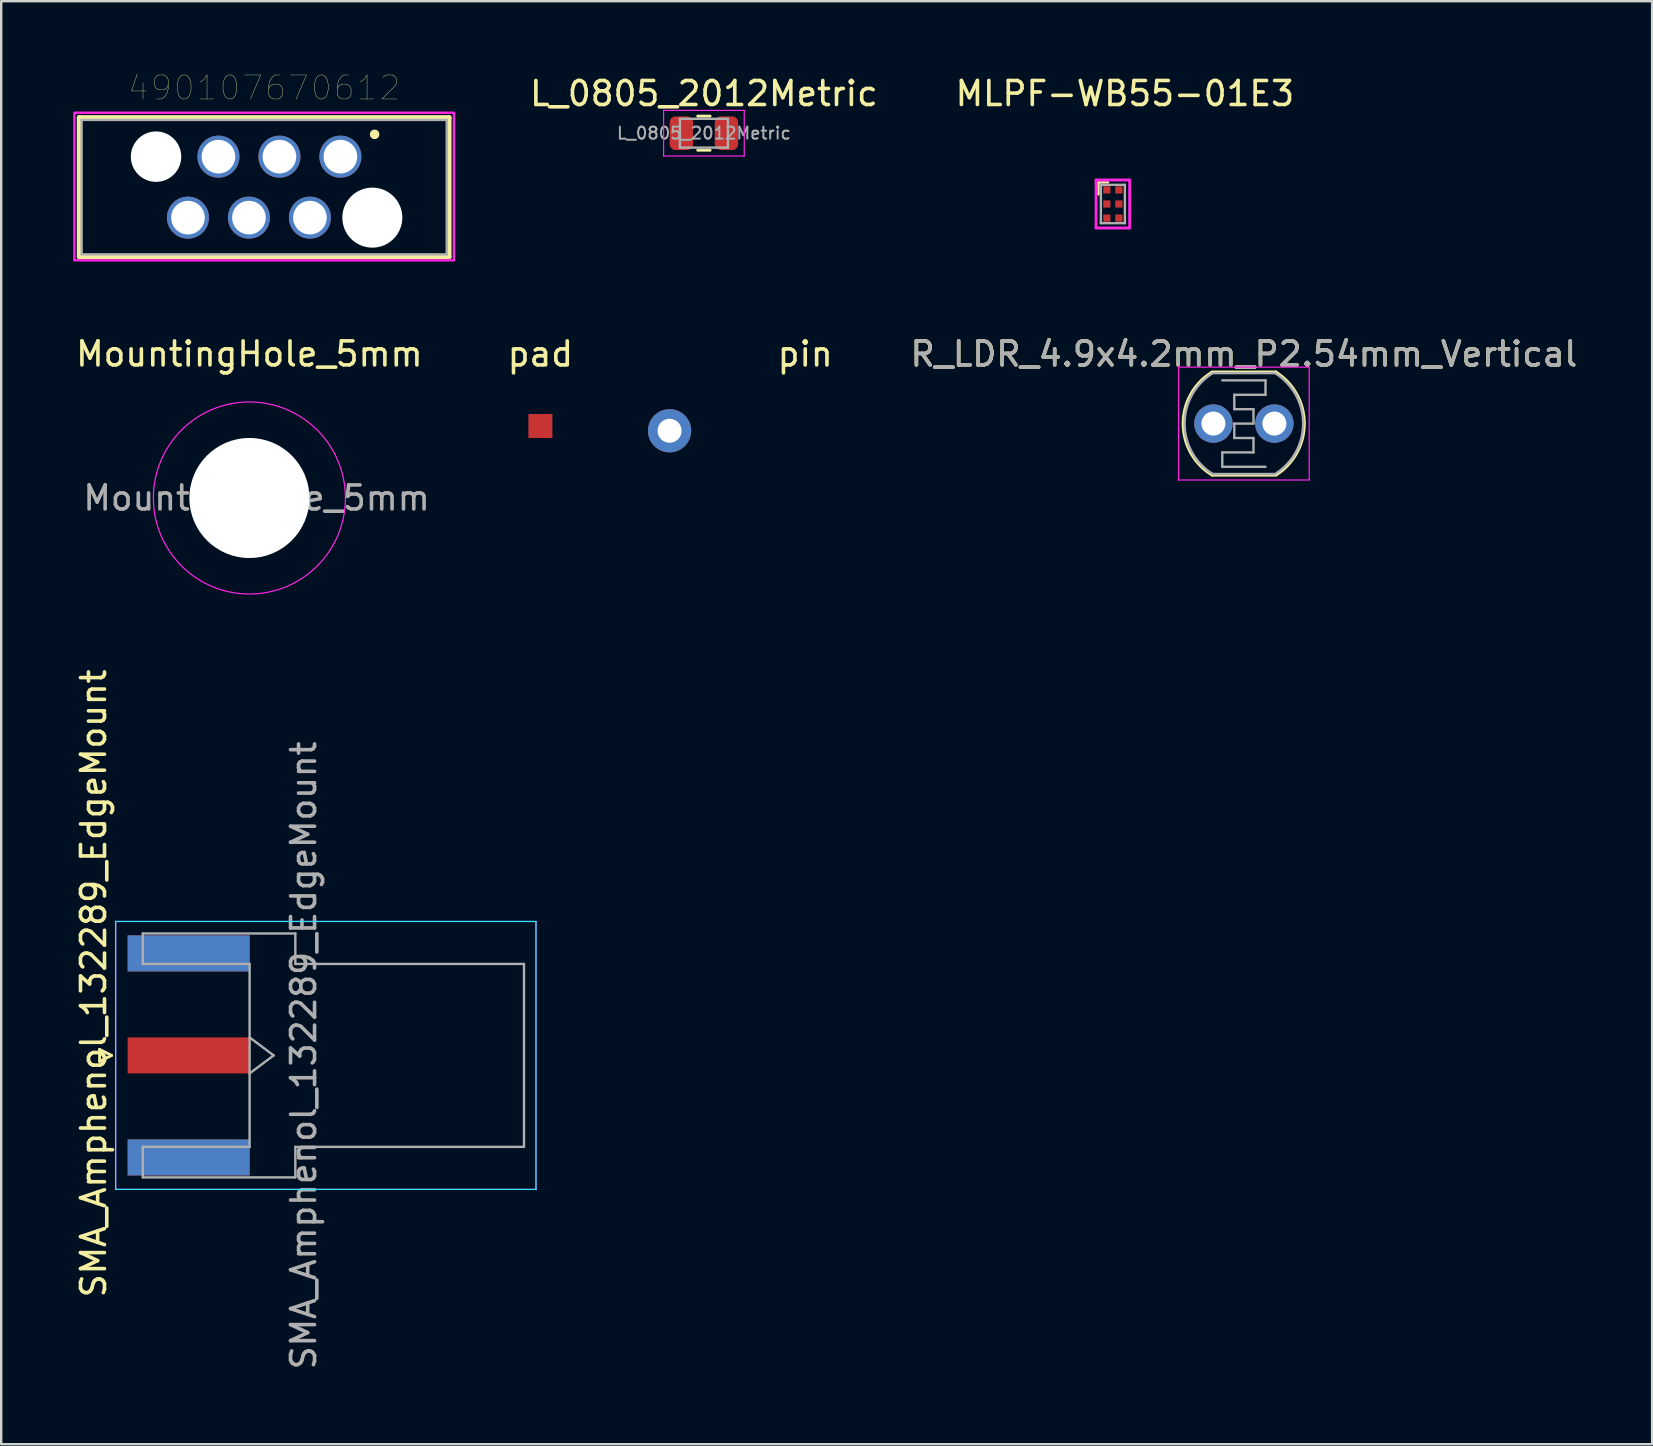
<source format=kicad_pcb>
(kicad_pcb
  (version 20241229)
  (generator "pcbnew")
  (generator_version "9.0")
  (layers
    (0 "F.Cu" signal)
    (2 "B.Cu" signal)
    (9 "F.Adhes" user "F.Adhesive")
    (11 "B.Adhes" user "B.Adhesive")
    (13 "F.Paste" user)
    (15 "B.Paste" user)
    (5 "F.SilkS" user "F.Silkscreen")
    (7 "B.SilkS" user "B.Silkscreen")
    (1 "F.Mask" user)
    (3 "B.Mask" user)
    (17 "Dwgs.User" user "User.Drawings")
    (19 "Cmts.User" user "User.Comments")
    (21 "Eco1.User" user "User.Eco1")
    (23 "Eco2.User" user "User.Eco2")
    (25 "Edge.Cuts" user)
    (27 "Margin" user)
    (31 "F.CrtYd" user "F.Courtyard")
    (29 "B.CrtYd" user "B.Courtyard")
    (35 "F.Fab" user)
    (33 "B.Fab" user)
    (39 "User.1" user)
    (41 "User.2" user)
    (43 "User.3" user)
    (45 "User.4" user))
  (footprint "MountingHole_5mm"
    (layer "F.Cu")
    (at 7.339 17.695)
    (property "Reference" "MountingHole_5mm" (at 0 -6 0) (layer "F.SilkS") (effects (font (size 1 1) (thickness 0.15))))
    (attr exclude_from_pos_files exclude_from_bom)
    (fp_circle (center 0 0) (end 4 0) (stroke (width 0.05) (type solid)) (fill no) (layer "F.CrtYd"))
    (fp_text user "${REFERENCE}" (at 0.3 0 0) (layer "F.Fab") (effects (font (size 1 1) (thickness 0.15))))
    (pad "" np_thru_hole circle (at 0 0) (size 5 5) (drill 5) (layers "*.Cu" "*.Mask")))
  (footprint "SMA_Amphenol_132289_EdgeMount"
    (layer "F.Cu")
    (at 4.808 40.916)
    (property "Reference" "SMA_Amphenol_132289_EdgeMount" (at -3.96 -3 90) (layer "F.SilkS") (effects (font (size 1 1) (thickness 0.15))))
    (attr smd)
    (fp_line (start -3.71 -0.25) (end -3.71 0.25) (stroke (width 0.12) (type solid)) (layer "F.SilkS"))
    (fp_line (start -3.71 0.25) (end -3.21 0) (stroke (width 0.12) (type solid)) (layer "F.SilkS"))
    (fp_line (start -3.21 0) (end -3.71 -0.25) (stroke (width 0.12) (type solid)) (layer "F.SilkS"))
    (fp_line (start -3.04 5.58) (end -3.04 -5.58) (stroke (width 0.05) (type solid)) (layer "B.CrtYd"))
    (fp_line (start 14.47 -5.58) (end -3.04 -5.58) (stroke (width 0.05) (type solid)) (layer "B.CrtYd"))
    (fp_line (start 14.47 -5.58) (end 14.47 5.58) (stroke (width 0.05) (type solid)) (layer "B.CrtYd"))
    (fp_line (start 14.47 5.58) (end -3.04 5.58) (stroke (width 0.05) (type solid)) (layer "B.CrtYd"))
    (fp_line (start -3.04 5.58) (end -3.04 -5.58) (stroke (width 0.05) (type solid)) (layer "F.CrtYd"))
    (fp_line (start 14.47 -5.58) (end -3.04 -5.58) (stroke (width 0.05) (type solid)) (layer "F.CrtYd"))
    (fp_line (start 14.47 -5.58) (end 14.47 5.58) (stroke (width 0.05) (type solid)) (layer "F.CrtYd"))
    (fp_line (start 14.47 5.58) (end -3.04 5.58) (stroke (width 0.05) (type solid)) (layer "F.CrtYd"))
    (fp_line (start -1.91 -5.08) (end -1.91 -3.81) (stroke (width 0.1) (type solid)) (layer "F.Fab"))
    (fp_line (start -1.91 -5.08) (end 4.445 -5.08) (stroke (width 0.1) (type solid)) (layer "F.Fab"))
    (fp_line (start -1.91 -3.81) (end 2.54 -3.81) (stroke (width 0.1) (type solid)) (layer "F.Fab"))
    (fp_line (start -1.91 3.81) (end -1.91 5.08) (stroke (width 0.1) (type solid)) (layer "F.Fab"))
    (fp_line (start -1.91 5.08) (end 4.445 5.08) (stroke (width 0.1) (type solid)) (layer "F.Fab"))
    (fp_line (start 2.54 -3.81) (end 2.54 3.81) (stroke (width 0.1) (type solid)) (layer "F.Fab"))
    (fp_line (start 2.54 -0.75) (end 3.54 0) (stroke (width 0.1) (type solid)) (layer "F.Fab"))
    (fp_line (start 2.54 3.81) (end -1.91 3.81) (stroke (width 0.1) (type solid)) (layer "F.Fab"))
    (fp_line (start 3.54 0) (end 2.54 0.75) (stroke (width 0.1) (type solid)) (layer "F.Fab"))
    (fp_line (start 4.445 -3.81) (end 4.445 -5.08) (stroke (width 0.1) (type solid)) (layer "F.Fab"))
    (fp_line (start 4.445 -3.81) (end 13.97 -3.81) (stroke (width 0.1) (type solid)) (layer "F.Fab"))
    (fp_line (start 4.445 5.08) (end 4.445 3.81) (stroke (width 0.1) (type solid)) (layer "F.Fab"))
    (fp_line (start 13.97 -3.81) (end 13.97 3.81) (stroke (width 0.1) (type solid)) (layer "F.Fab"))
    (fp_line (start 13.97 3.81) (end 4.445 3.81) (stroke (width 0.1) (type solid)) (layer "F.Fab"))
    (fp_text user "${REFERENCE}" (at 4.79 0 270) (layer "F.Fab") (effects (font (size 1 1) (thickness 0.15))))
    (pad "1" smd rect (at 0 0 90) (size 1.5 5.08) (layers "F.Cu" "F.Mask" "F.Paste"))
    (pad "2" smd rect (at 0 -4.25 90) (size 1.5 5.08) (layers "F.Cu" "F.Mask" "F.Paste"))
    (pad "2" smd rect (at 0 -4.25 90) (size 1.5 5.08) (layers "B.Cu" "B.Mask" "B.Paste"))
    (pad "2" smd rect (at 0 4.25 90) (size 1.5 5.08) (layers "F.Cu" "F.Mask" "F.Paste"))
    (pad "2" smd rect (at 0 4.25 90) (size 1.5 5.08) (layers "B.Cu" "B.Mask" "B.Paste")))
  (footprint "pin"
    (layer "F.Cu")
    (at 24.843 14.895)
    (property "Reference" "pin" (at 5.65 -3.2 0) (layer "F.SilkS") (effects (font (size 1 1) (thickness 0.15))))
    (attr through_hole)
    (pad "1" thru_hole circle (at 0 0) (size 1.8 1.8) (drill 1) (layers "*.Cu" "*.Mask")))
  (footprint "L_0805_2012Metric"
    (layer "F.Cu")
    (at 26.273 2.498)
    (property "Reference" "L_0805_2012Metric" (at 0 -1.65 0) (layer "F.SilkS") (effects (font (size 1 1) (thickness 0.15))))
    (attr smd)
    (fp_line (start -0.259 -0.71) (end 0.259 -0.71) (stroke (width 0.12) (type solid)) (layer "F.SilkS"))
    (fp_line (start -0.259 0.71) (end 0.259 0.71) (stroke (width 0.12) (type solid)) (layer "F.SilkS"))
    (fp_line (start -1.68 -0.95) (end 1.68 -0.95) (stroke (width 0.05) (type solid)) (layer "F.CrtYd"))
    (fp_line (start -1.68 0.95) (end -1.68 -0.95) (stroke (width 0.05) (type solid)) (layer "F.CrtYd"))
    (fp_line (start 1.68 -0.95) (end 1.68 0.95) (stroke (width 0.05) (type solid)) (layer "F.CrtYd"))
    (fp_line (start 1.68 0.95) (end -1.68 0.95) (stroke (width 0.05) (type solid)) (layer "F.CrtYd"))
    (fp_line (start -1 -0.6) (end 1 -0.6) (stroke (width 0.1) (type solid)) (layer "F.Fab"))
    (fp_line (start -1 0.6) (end -1 -0.6) (stroke (width 0.1) (type solid)) (layer "F.Fab"))
    (fp_line (start 1 -0.6) (end 1 0.6) (stroke (width 0.1) (type solid)) (layer "F.Fab"))
    (fp_line (start 1 0.6) (end -1 0.6) (stroke (width 0.1) (type solid)) (layer "F.Fab"))
    (fp_text user "${REFERENCE}" (at 0 0 0) (layer "F.Fab") (effects (font (size 0.5 0.5) (thickness 0.08))))
    (pad "1" smd roundrect (at -0.938 0) (size 0.975 1.4) (layers "F.Cu" "F.Mask" "F.Paste") (roundrect_rratio 0.25))
    (pad "2" smd roundrect (at 0.938 0) (size 0.975 1.4) (layers "F.Cu" "F.Mask" "F.Paste") (roundrect_rratio 0.25)))
  (footprint "pad"
    (layer "F.Cu")
    (at 19.461 14.695)
    (property "Reference" "pad" (at 0 -3 0) (layer "F.SilkS") (effects (font (size 1 1) (thickness 0.15))))
    (attr through_hole)
    (pad "1" smd rect (at 0 0) (size 1 1) (layers "F.Cu")))
  (footprint "R_LDR_4.9x4.2mm_P2.54mm_Vertical"
    (layer "F.Cu")
    (at 47.497 14.595)
    (property "Reference" "R_LDR_4.9x4.2mm_P2.54mm_Vertical" (at 1.27 -2.9 0) (layer "F.SilkS") (effects (font (size 1 1) (thickness 0.15))))
    (attr through_hole)
    (fp_line (start -0.05 -2.15) (end 2.6 -2.15) (stroke (width 0.12) (type solid)) (layer "F.SilkS"))
    (fp_line (start -0.05 2.15) (end 2.6 2.15) (stroke (width 0.12) (type solid)) (layer "F.SilkS"))
    (fp_arc (start -0.05 2.15) (mid -1.262424 0.01494) (end -0.075476 -2.134388) (stroke (width 0.12) (type solid)) (layer "F.SilkS"))
    (fp_arc (start 2.6 -2.15) (mid 3.788646 -0.016616) (end 2.628027 2.132145) (stroke (width 0.12) (type solid)) (layer "F.SilkS"))
    (fp_line (start -1.45 -2.35) (end -1.45 2.35) (stroke (width 0.05) (type solid)) (layer "F.CrtYd"))
    (fp_line (start -1.45 -2.35) (end 3.99 -2.35) (stroke (width 0.05) (type solid)) (layer "F.CrtYd"))
    (fp_line (start 3.99 2.35) (end -1.45 2.35) (stroke (width 0.05) (type solid)) (layer "F.CrtYd"))
    (fp_line (start 3.99 2.35) (end 3.99 -2.35) (stroke (width 0.05) (type solid)) (layer "F.CrtYd"))
    (fp_line (start -0.03 -2.1) (end 2.57 -2.1) (stroke (width 0.1) (type solid)) (layer "F.Fab"))
    (fp_line (start 0.37 -1.8) (end 2.17 -1.8) (stroke (width 0.1) (type solid)) (layer "F.Fab"))
    (fp_line (start 0.37 1.2) (end 0.37 1.8) (stroke (width 0.1) (type solid)) (layer "F.Fab"))
    (fp_line (start 0.37 1.2) (end 1.67 1.2) (stroke (width 0.1) (type solid)) (layer "F.Fab"))
    (fp_line (start 0.37 1.8) (end 2.17 1.8) (stroke (width 0.1) (type solid)) (layer "F.Fab"))
    (fp_line (start 0.87 -1.2) (end 0.87 -0.6) (stroke (width 0.1) (type solid)) (layer "F.Fab"))
    (fp_line (start 0.87 -1.2) (end 2.17 -1.2) (stroke (width 0.1) (type solid)) (layer "F.Fab"))
    (fp_line (start 0.87 0) (end 0.87 0.6) (stroke (width 0.1) (type solid)) (layer "F.Fab"))
    (fp_line (start 0.87 0) (end 1.67 0) (stroke (width 0.1) (type solid)) (layer "F.Fab"))
    (fp_line (start 1.67 -0.6) (end 0.87 -0.6) (stroke (width 0.1) (type solid)) (layer "F.Fab"))
    (fp_line (start 1.67 -0.6) (end 1.67 0) (stroke (width 0.1) (type solid)) (layer "F.Fab"))
    (fp_line (start 1.67 0.6) (end 0.87 0.6) (stroke (width 0.1) (type solid)) (layer "F.Fab"))
    (fp_line (start 1.67 0.6) (end 1.67 1.2) (stroke (width 0.1) (type solid)) (layer "F.Fab"))
    (fp_line (start 2.17 -1.8) (end 2.17 -1.2) (stroke (width 0.1) (type solid)) (layer "F.Fab"))
    (fp_line (start 2.57 2.1) (end -0.03 2.1) (stroke (width 0.1) (type solid)) (layer "F.Fab"))
    (fp_arc (start -0.03 2.1) (mid -1.199612 0.031921) (end -0.083843 -2.065698) (stroke (width 0.1) (type solid)) (layer "F.Fab"))
    (fp_arc (start 2.57 -2.1) (mid 3.739612 -0.031921) (end 2.623843 2.065698) (stroke (width 0.1) (type solid)) (layer "F.Fab"))
    (fp_text user "${REFERENCE}" (at 1.27 -2.9 0) (layer "F.Fab") (effects (font (size 1 1) (thickness 0.15))))
    (pad "1" thru_hole circle (at 0 0) (size 1.6 1.6) (drill 1) (layers "*.Cu" "*.Mask"))
    (pad "2" thru_hole circle (at 2.54 0) (size 1.6 1.6) (drill 1) (layers "*.Cu" "*.Mask")))
  (footprint "490107670612"
    (layer "F.Cu")
    (at 7.955 4.746)
    (property "Reference" "490107670612" (at 0 -4.135 0) (layer "F.SilkS") (effects (font (size 1 1) (thickness 0.015))))
    (attr through_hole)
    (fp_line (start -7.705 -2.9) (end 7.705 -2.9) (stroke (width 0.2) (type solid)) (layer "F.SilkS"))
    (fp_line (start -7.705 2.9) (end -7.705 -2.9) (stroke (width 0.2) (type solid)) (layer "F.SilkS"))
    (fp_line (start 7.705 -2.9) (end 7.705 2.9) (stroke (width 0.2) (type solid)) (layer "F.SilkS"))
    (fp_line (start 7.705 2.9) (end -7.705 2.9) (stroke (width 0.2) (type solid)) (layer "F.SilkS"))
    (fp_circle (center 4.6 -2.2) (end 4.7 -2.2) (stroke (width 0.2) (type solid)) (fill no) (layer "F.SilkS"))
    (fp_poly (pts (xy -7.905 -3.1) (xy 7.905 -3.1) (xy 7.905 3.05) (xy -7.905 3.05)) (stroke (width 0.1) (type solid)) (fill no) (layer "F.CrtYd"))
    (fp_line (start -7.605 -2.8) (end 7.605 -2.8) (stroke (width 0.1) (type solid)) (layer "F.Fab"))
    (fp_line (start -7.605 2.8) (end -7.605 -2.8) (stroke (width 0.1) (type solid)) (layer "F.Fab"))
    (fp_line (start 7.605 -2.8) (end 7.605 2.8) (stroke (width 0.1) (type solid)) (layer "F.Fab"))
    (fp_line (start 7.605 2.8) (end -7.605 2.8) (stroke (width 0.1) (type solid)) (layer "F.Fab"))
    (pad "" np_thru_hole circle (at -4.505 -1.27) (size 2.1 2.1) (drill 2.1) (layers "*.Cu" "*.Mask"))
    (pad "" np_thru_hole circle (at 4.505 1.27) (size 2.5 2.5) (drill 2.5) (layers "*.Cu" "*.Mask"))
    (pad "1" thru_hole circle (at 3.175 -1.27) (size 1.75 1.75) (drill 1.4) (layers "*.Cu" "*.Mask"))
    (pad "2" thru_hole circle (at 1.905 1.27) (size 1.75 1.75) (drill 1.4) (layers "*.Cu" "*.Mask"))
    (pad "3" thru_hole circle (at 0.635 -1.27) (size 1.75 1.75) (drill 1.4) (layers "*.Cu" "*.Mask"))
    (pad "4" thru_hole circle (at -0.635 1.27) (size 1.75 1.75) (drill 1.4) (layers "*.Cu" "*.Mask"))
    (pad "5" thru_hole circle (at -1.905 -1.27) (size 1.75 1.75) (drill 1.4) (layers "*.Cu" "*.Mask"))
    (pad "6" thru_hole circle (at -3.175 1.27) (size 1.75 1.75) (drill 1.4) (layers "*.Cu" "*.Mask")))
  (footprint "MLPF-WB55-01E3"
    (layer "F.Cu")
    (at 42.809 4.648)
    (property "Reference" "MLPF-WB55-01E3" (at 1 -3.8 0) (layer "F.SilkS") (effects (font (size 1 1) (thickness 0.15))))
    (attr through_hole)
    (fp_line (start -0.1 -0.1) (end -0.1 0.4) (stroke (width 0.1) (type solid)) (layer "F.SilkS"))
    (fp_line (start 0.3 -0.1) (end -0.1 -0.1) (stroke (width 0.1) (type solid)) (layer "F.SilkS"))
    (fp_line (start -0.2 -0.2) (end 1.2 -0.2) (stroke (width 0.12) (type solid)) (layer "F.CrtYd"))
    (fp_line (start -0.2 1.8) (end -0.2 -0.2) (stroke (width 0.12) (type solid)) (layer "F.CrtYd"))
    (fp_line (start 1.2 -0.2) (end 1.2 1.8) (stroke (width 0.12) (type solid)) (layer "F.CrtYd"))
    (fp_line (start 1.2 1.8) (end -0.2 1.8) (stroke (width 0.12) (type solid)) (layer "F.CrtYd"))
    (fp_line (start 0 0) (end 1 0) (stroke (width 0.1) (type solid)) (layer "F.Fab"))
    (fp_line (start 0 1.6) (end 0 0) (stroke (width 0.1) (type solid)) (layer "F.Fab"))
    (fp_line (start 1 0) (end 1 1.6) (stroke (width 0.1) (type solid)) (layer "F.Fab"))
    (fp_line (start 1 1.6) (end 0 1.6) (stroke (width 0.1) (type solid)) (layer "F.Fab"))
    (pad "1" smd rect (at 0.25 0.213) (size 0.3 0.3) (layers "F.Cu" "F.Mask" "F.Paste"))
    (pad "2" smd rect (at 0.25 0.8) (size 0.3 0.3) (layers "F.Cu" "F.Mask" "F.Paste"))
    (pad "3" smd rect (at 0.25 1.387) (size 0.3 0.3) (layers "F.Cu" "F.Mask" "F.Paste"))
    (pad "4" smd rect (at 0.75 1.387) (size 0.3 0.3) (layers "F.Cu" "F.Mask" "F.Paste"))
    (pad "5" smd rect (at 0.75 0.8) (size 0.3 0.3) (layers "F.Cu" "F.Mask" "F.Paste"))
    (pad "6" smd rect (at 0.75 0.213) (size 0.3 0.3) (layers "F.Cu" "F.Mask" "F.Paste")))
  (gr_rect
    (start -3 -3)
    (end 65.773 57.112)
    (stroke (width 0.1) (type default))
    (fill no)
    (layer "Edge.Cuts")))
</source>
